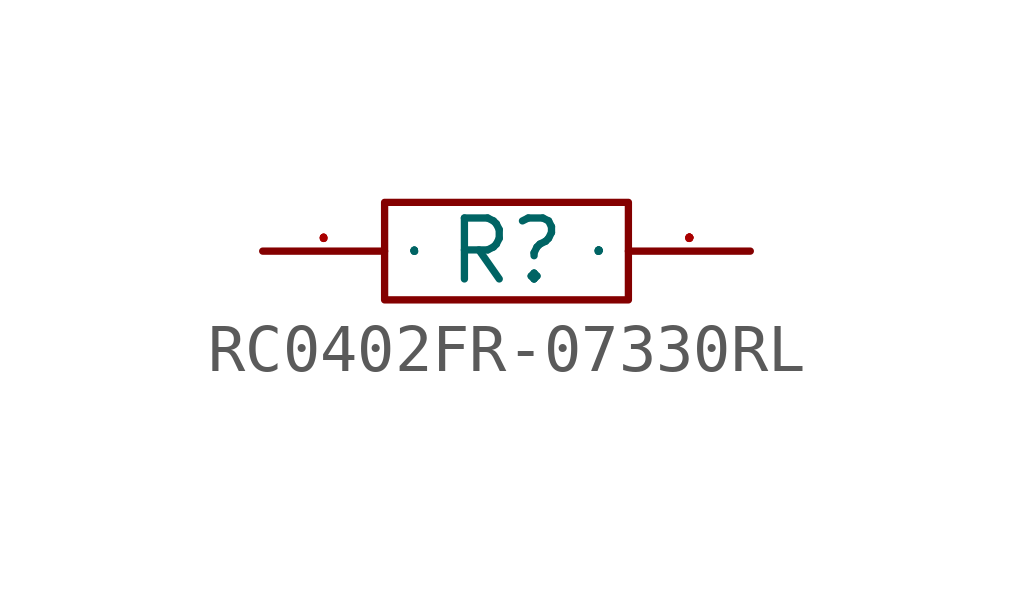
<source format=kicad_sym>
(kicad_symbol_lib
  (version 20241209)
  (generator "kicad_symbol_editor")
  (generator_version "9.0")
  (symbol "RC0402FR-07330RL"
    (property "Reference" "R"
      (at 0 0 0)
      (effects (font (size 1.27 1.27))))
    (symbol "RC0402FR-07330RL_1_0"
      (rectangle (start -2.54 -1.016) (end 2.54 1.016) (stroke (width 0) (type default)) (fill (type none)))
      (pin input line (at -5.08 0 0) (length 2.54) (name "1" (effects (font (size 0.025 0.025)))) (number "1" (effects (font (size 0.025 0.025)))))
      (pin input line (at 5.08 0 180) (length 2.54) (name "2" (effects (font (size 0.025 0.025)))) (number "2" (effects (font (size 0.025 0.025))))))))
</source>
